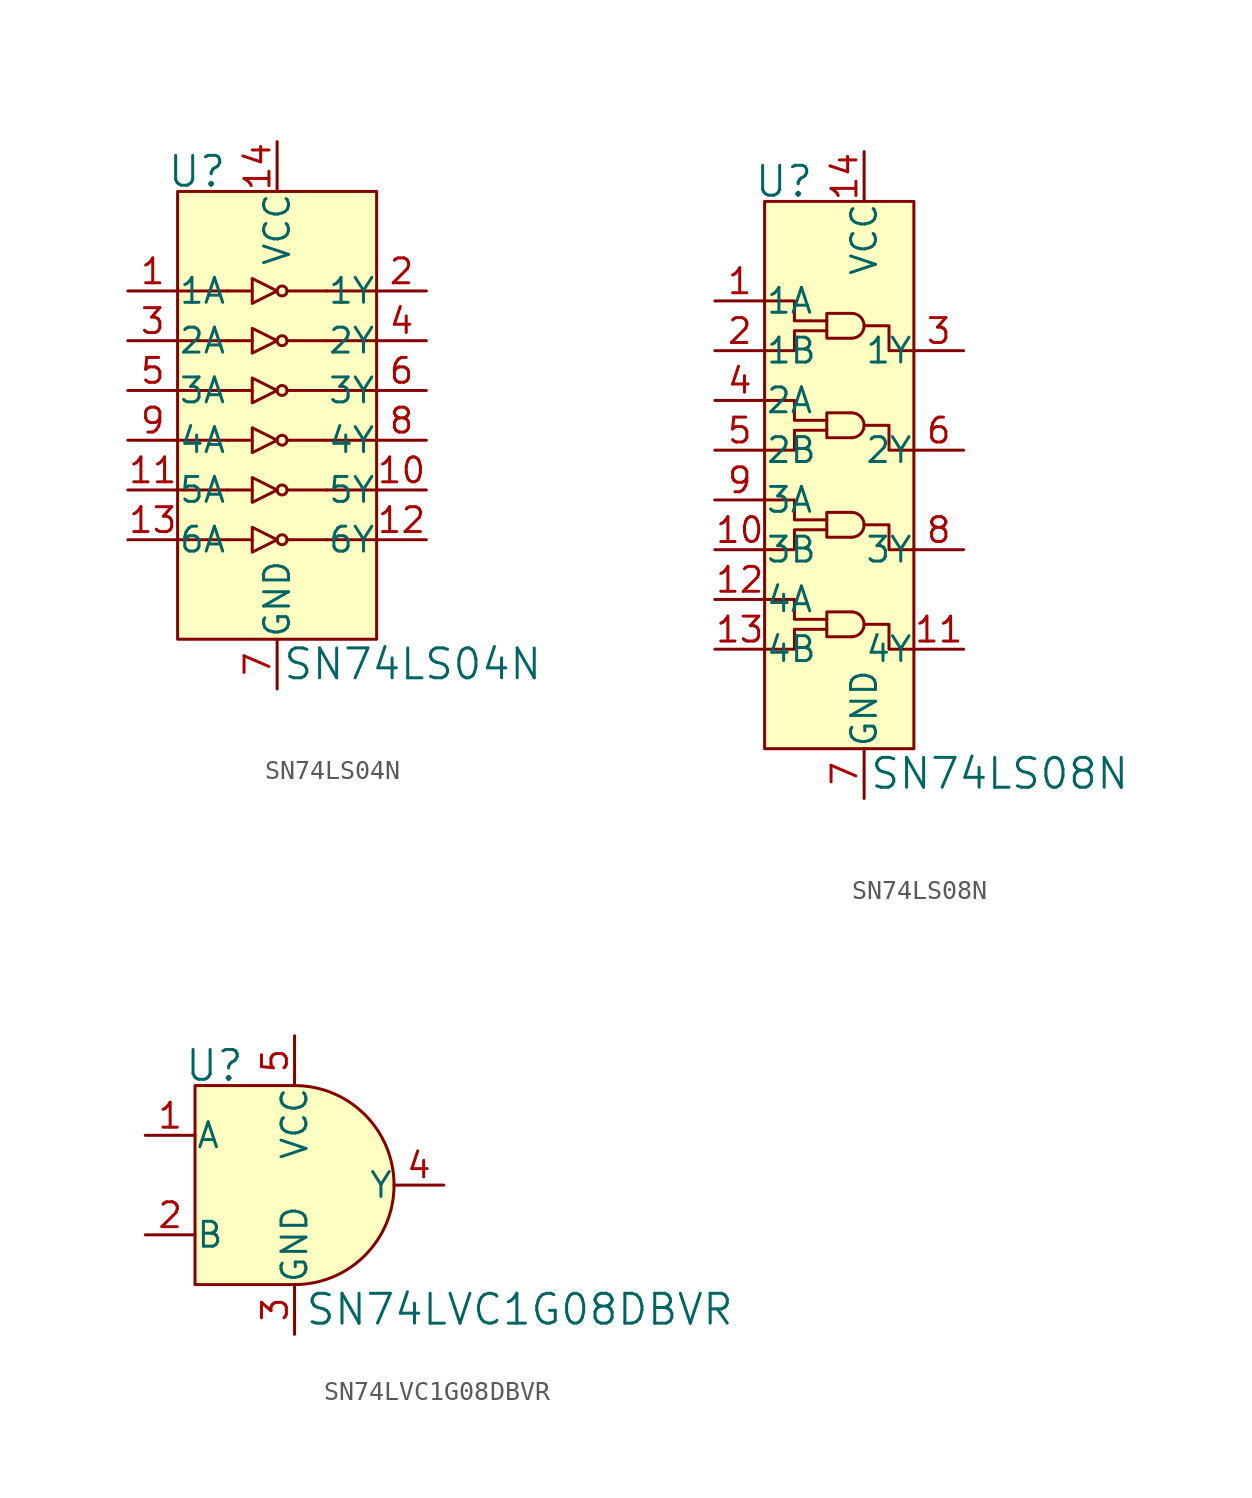
<source format=kicad_sym>
(kicad_symbol_lib
  (version 20220914)
  (generator kicad_symbol_editor)
  (symbol "SN74LS04N"
    (pin_names
      (offset 0.025))
    (property "Reference" "U"
      (at -2.54 13.716 0)
      (effects (font (size 1.524 1.524)) (justify right)))
    (property "Value" "SN74LS04N"
      (at 0.254 -11.43 0)
      (effects (font (size 1.524 1.524)) (justify left)))
    (symbol "SN74LS04N_0_1"
      (rectangle (start -5.08 12.7) (end 5.08 -10.16) (stroke (width 0) (type default)) (fill (type background)))
      (polyline (pts (xy -2.54 -5.08) (xy -5.08 -5.08)) (stroke (width 0) (type default)) (fill (type none)))
      (polyline (pts (xy -2.54 -2.54) (xy -5.08 -2.54)) (stroke (width 0) (type default)) (fill (type none)))
      (polyline (pts (xy -2.54 -2.54) (xy -1.27 -2.54)) (stroke (width 0) (type default)) (fill (type none)))
      (polyline (pts (xy -2.54 0) (xy -5.08 0)) (stroke (width 0) (type default)) (fill (type none)))
      (polyline (pts (xy -2.54 2.54) (xy -5.08 2.54)) (stroke (width 0) (type default)) (fill (type none)))
      (polyline (pts (xy -2.54 2.54) (xy -1.27 2.54)) (stroke (width 0) (type default)) (fill (type none)))
      (polyline (pts (xy -2.54 5.08) (xy -5.08 5.08)) (stroke (width 0) (type default)) (fill (type none)))
      (polyline (pts (xy -2.54 7.62) (xy -5.08 7.62)) (stroke (width 0) (type default)) (fill (type none)))
      (polyline (pts (xy -1.27 -5.08) (xy -2.54 -5.08)) (stroke (width 0) (type default)) (fill (type none)))
      (polyline (pts (xy -1.27 0) (xy -2.54 0)) (stroke (width 0) (type default)) (fill (type none)))
      (polyline (pts (xy -1.27 5.08) (xy -2.54 5.08)) (stroke (width 0) (type default)) (fill (type none)))
      (polyline (pts (xy -1.27 7.62) (xy -2.54 7.62)) (stroke (width 0) (type default)) (fill (type none)))
      (polyline (pts (xy 0.508 -5.08) (xy 2.54 -5.08)) (stroke (width 0) (type default)) (fill (type none)))
      (polyline (pts (xy 0.508 0) (xy 2.54 0)) (stroke (width 0) (type default)) (fill (type none)))
      (polyline (pts (xy 0.508 2.54) (xy 2.54 2.54)) (stroke (width 0) (type default)) (fill (type none)))
      (polyline (pts (xy 0.508 5.08) (xy 2.54 5.08)) (stroke (width 0) (type default)) (fill (type none)))
      (polyline (pts (xy 2.54 -2.54) (xy 0.508 -2.54)) (stroke (width 0) (type default)) (fill (type none)))
      (polyline (pts (xy 2.54 7.62) (xy 0.508 7.62)) (stroke (width 0) (type default)) (fill (type none)))
      (polyline (pts (xy 5.08 -5.08) (xy 2.54 -5.08)) (stroke (width 0) (type default)) (fill (type none)))
      (polyline (pts (xy 5.08 -2.54) (xy 2.54 -2.54)) (stroke (width 0) (type default)) (fill (type none)))
      (polyline (pts (xy 5.08 0) (xy 2.54 0)) (stroke (width 0) (type default)) (fill (type none)))
      (polyline (pts (xy 5.08 2.54) (xy 2.54 2.54)) (stroke (width 0) (type default)) (fill (type none)))
      (polyline (pts (xy 5.08 5.08) (xy 2.54 5.08)) (stroke (width 0) (type default)) (fill (type none)))
      (polyline (pts (xy 5.08 7.62) (xy 2.54 7.62)) (stroke (width 0) (type default)) (fill (type none)))
      (polyline (pts (xy -1.27 -4.445) (xy -1.27 -5.715) (xy 0 -5.08) (xy -1.27 -4.445)) (stroke (width 0) (type default)) (fill (type none)))
      (polyline (pts (xy -1.27 -1.905) (xy -1.27 -3.175) (xy 0 -2.54) (xy -1.27 -1.905)) (stroke (width 0) (type default)) (fill (type none)))
      (polyline (pts (xy -1.27 0.635) (xy -1.27 -0.635) (xy 0 0) (xy -1.27 0.635)) (stroke (width 0) (type default)) (fill (type none)))
      (polyline (pts (xy -1.27 3.175) (xy -1.27 1.905) (xy 0 2.54) (xy -1.27 3.175)) (stroke (width 0) (type default)) (fill (type none)))
      (polyline (pts (xy -1.27 5.715) (xy -1.27 4.445) (xy 0 5.08) (xy -1.27 5.715)) (stroke (width 0) (type default)) (fill (type none)))
      (polyline (pts (xy -1.27 8.255) (xy -1.27 6.985) (xy 0 7.62) (xy -1.27 8.255)) (stroke (width 0) (type default)) (fill (type none)))
      (circle (center 0.254 -5.08) (radius 0.254) (stroke (width 0) (type default)) (fill (type none)))
      (circle (center 0.254 -2.54) (radius 0.254) (stroke (width 0) (type default)) (fill (type none)))
      (circle (center 0.254 0) (radius 0.254) (stroke (width 0) (type default)) (fill (type none)))
      (circle (center 0.254 2.54) (radius 0.254) (stroke (width 0) (type default)) (fill (type none)))
      (circle (center 0.254 5.08) (radius 0.254) (stroke (width 0) (type default)) (fill (type none)))
      (circle (center 0.254 7.62) (radius 0.254) (stroke (width 0) (type default)) (fill (type none))))
    (symbol "SN74LS04N_1_1"
      (pin input line (at -7.62 7.62 0) (length 2.54) (name "1A" (effects (font (size 1.27 1.27)))) (number "1" (effects (font (size 1.27 1.27)))))
      (pin output line (at 7.62 -2.54 180) (length 2.54) (name "5Y" (effects (font (size 1.27 1.27)))) (number "10" (effects (font (size 1.27 1.27)))))
      (pin input line (at -7.62 -2.54 0) (length 2.54) (name "5A" (effects (font (size 1.27 1.27)))) (number "11" (effects (font (size 1.27 1.27)))))
      (pin output line (at 7.62 -5.08 180) (length 2.54) (name "6Y" (effects (font (size 1.27 1.27)))) (number "12" (effects (font (size 1.27 1.27)))))
      (pin input line (at -7.62 -5.08 0) (length 2.54) (name "6A" (effects (font (size 1.27 1.27)))) (number "13" (effects (font (size 1.27 1.27)))))
      (pin power_in line (at 0 15.24 270) (length 2.54) (name "VCC" (effects (font (size 1.27 1.27)))) (number "14" (effects (font (size 1.27 1.27)))))
      (pin output line (at 7.62 7.62 180) (length 2.54) (name "1Y" (effects (font (size 1.27 1.27)))) (number "2" (effects (font (size 1.27 1.27)))))
      (pin input line (at -7.62 5.08 0) (length 2.54) (name "2A" (effects (font (size 1.27 1.27)))) (number "3" (effects (font (size 1.27 1.27)))))
      (pin output line (at 7.62 5.08 180) (length 2.54) (name "2Y" (effects (font (size 1.27 1.27)))) (number "4" (effects (font (size 1.27 1.27)))))
      (pin input line (at -7.62 2.54 0) (length 2.54) (name "3A" (effects (font (size 1.27 1.27)))) (number "5" (effects (font (size 1.27 1.27)))))
      (pin output line (at 7.62 2.54 180) (length 2.54) (name "3Y" (effects (font (size 1.27 1.27)))) (number "6" (effects (font (size 1.27 1.27)))))
      (pin power_in line (at 0 -12.7 90) (length 2.54) (name "GND" (effects (font (size 1.27 1.27)))) (number "7" (effects (font (size 1.27 1.27)))))
      (pin output line (at 7.62 0 180) (length 2.54) (name "4Y" (effects (font (size 1.27 1.27)))) (number "8" (effects (font (size 1.27 1.27)))))
      (pin input line (at -7.62 0 0) (length 2.54) (name "4A" (effects (font (size 1.27 1.27)))) (number "9" (effects (font (size 1.27 1.27)))))))
  (symbol "SN74LS08N"
    (pin_names
      (offset 0.025))
    (property "Reference" "U"
      (at -2.54 8.636 0)
      (effects (font (size 1.524 1.524)) (justify right)))
    (property "Value" "SN74LS08N"
      (at 0.254 -21.59 0)
      (effects (font (size 1.524 1.524)) (justify left)))
    (symbol "SN74LS08N_0_1"
      (rectangle (start -5.08 7.62) (end 2.54 -20.32) (stroke (width 0) (type default)) (fill (type background)))
      (arc (start -0.635 -14.605) (mid -0.0027 -13.97) (end -0.635 -13.335) (stroke (width 0) (type default)) (fill (type none)))
      (arc (start -0.635 -9.525) (mid -0.0027 -8.89) (end -0.635 -8.255) (stroke (width 0) (type default)) (fill (type none)))
      (arc (start -0.635 -4.445) (mid -0.0027 -3.81) (end -0.635 -3.175) (stroke (width 0) (type default)) (fill (type none)))
      (arc (start -0.635 0.635) (mid -0.0027 1.27) (end -0.635 1.905) (stroke (width 0) (type default)) (fill (type none)))
      (polyline (pts (xy -5.08 -15.24) (xy -3.556 -15.24) (xy -3.556 -14.224) (xy -1.905 -14.224)) (stroke (width 0) (type default)) (fill (type none)))
      (polyline (pts (xy -5.08 -10.16) (xy -3.556 -10.16) (xy -3.556 -9.144) (xy -1.905 -9.144)) (stroke (width 0) (type default)) (fill (type none)))
      (polyline (pts (xy -5.08 -5.08) (xy -3.556 -5.08) (xy -3.556 -4.064) (xy -1.905 -4.064)) (stroke (width 0) (type default)) (fill (type none)))
      (polyline (pts (xy -5.08 0) (xy -3.556 0) (xy -3.556 1.016) (xy -1.905 1.016)) (stroke (width 0) (type default)) (fill (type none)))
      (polyline (pts (xy -1.905 -13.716) (xy -3.556 -13.716) (xy -3.556 -12.7) (xy -5.08 -12.7)) (stroke (width 0) (type default)) (fill (type none)))
      (polyline (pts (xy -1.905 -8.636) (xy -3.556 -8.636) (xy -3.556 -7.62) (xy -5.08 -7.62)) (stroke (width 0) (type default)) (fill (type none)))
      (polyline (pts (xy -1.905 -3.556) (xy -3.556 -3.556) (xy -3.556 -2.54) (xy -5.08 -2.54)) (stroke (width 0) (type default)) (fill (type none)))
      (polyline (pts (xy -1.905 1.524) (xy -3.556 1.524) (xy -3.556 2.54) (xy -5.08 2.54)) (stroke (width 0) (type default)) (fill (type none)))
      (polyline (pts (xy -0.635 -13.335) (xy -1.905 -13.335) (xy -1.905 -14.605) (xy -0.635 -14.605)) (stroke (width 0) (type default)) (fill (type none)))
      (polyline (pts (xy -0.635 -8.255) (xy -1.905 -8.255) (xy -1.905 -9.525) (xy -0.635 -9.525)) (stroke (width 0) (type default)) (fill (type none)))
      (polyline (pts (xy -0.635 -3.175) (xy -1.905 -3.175) (xy -1.905 -4.445) (xy -0.635 -4.445)) (stroke (width 0) (type default)) (fill (type none)))
      (polyline (pts (xy -0.635 1.905) (xy -1.905 1.905) (xy -1.905 0.635) (xy -0.635 0.635)) (stroke (width 0) (type default)) (fill (type none)))
      (polyline (pts (xy 2.54 -15.24) (xy 1.27 -15.24) (xy 1.27 -13.97) (xy 0 -13.97)) (stroke (width 0) (type default)) (fill (type none)))
      (polyline (pts (xy 2.54 -10.16) (xy 1.27 -10.16) (xy 1.27 -8.89) (xy 0 -8.89)) (stroke (width 0) (type default)) (fill (type none)))
      (polyline (pts (xy 2.54 -5.08) (xy 1.27 -5.08) (xy 1.27 -3.81) (xy 0 -3.81)) (stroke (width 0) (type default)) (fill (type none)))
      (polyline (pts (xy 2.54 0) (xy 1.27 0) (xy 1.27 1.27) (xy 0 1.27)) (stroke (width 0) (type default)) (fill (type none))))
    (symbol "SN74LS08N_1_1"
      (pin input line (at -7.62 2.54 0) (length 2.54) (name "1A" (effects (font (size 1.27 1.27)))) (number "1" (effects (font (size 1.27 1.27)))))
      (pin input line (at -7.62 -10.16 0) (length 2.54) (name "3B" (effects (font (size 1.27 1.27)))) (number "10" (effects (font (size 1.27 1.27)))))
      (pin output line (at 5.08 -15.24 180) (length 2.54) (name "4Y" (effects (font (size 1.27 1.27)))) (number "11" (effects (font (size 1.27 1.27)))))
      (pin input line (at -7.62 -12.7 0) (length 2.54) (name "4A" (effects (font (size 1.27 1.27)))) (number "12" (effects (font (size 1.27 1.27)))))
      (pin input line (at -7.62 -15.24 0) (length 2.54) (name "4B" (effects (font (size 1.27 1.27)))) (number "13" (effects (font (size 1.27 1.27)))))
      (pin power_in line (at 0 10.16 270) (length 2.54) (name "VCC" (effects (font (size 1.27 1.27)))) (number "14" (effects (font (size 1.27 1.27)))))
      (pin input line (at -7.62 0 0) (length 2.54) (name "1B" (effects (font (size 1.27 1.27)))) (number "2" (effects (font (size 1.27 1.27)))))
      (pin output line (at 5.08 0 180) (length 2.54) (name "1Y" (effects (font (size 1.27 1.27)))) (number "3" (effects (font (size 1.27 1.27)))))
      (pin input line (at -7.62 -2.54 0) (length 2.54) (name "2A" (effects (font (size 1.27 1.27)))) (number "4" (effects (font (size 1.27 1.27)))))
      (pin input line (at -7.62 -5.08 0) (length 2.54) (name "2B" (effects (font (size 1.27 1.27)))) (number "5" (effects (font (size 1.27 1.27)))))
      (pin output line (at 5.08 -5.08 180) (length 2.54) (name "2Y" (effects (font (size 1.27 1.27)))) (number "6" (effects (font (size 1.27 1.27)))))
      (pin power_in line (at 0 -22.86 90) (length 2.54) (name "GND" (effects (font (size 1.27 1.27)))) (number "7" (effects (font (size 1.27 1.27)))))
      (pin output line (at 5.08 -10.16 180) (length 2.54) (name "3Y" (effects (font (size 1.27 1.27)))) (number "8" (effects (font (size 1.27 1.27)))))
      (pin input line (at -7.62 -7.62 0) (length 2.54) (name "3A" (effects (font (size 1.27 1.27)))) (number "9" (effects (font (size 1.27 1.27)))))))
  (symbol "SN74LVC1G08DBVR"
    (pin_names
      (offset 0.025))
    (property "Reference" "U"
      (at -2.54 6.096 0)
      (effects (font (size 1.524 1.524)) (justify right)))
    (property "Value" "SN74LVC1G08DBVR"
      (at 0.508 -6.35 0)
      (effects (font (size 1.524 1.524)) (justify left)))
    (symbol "SN74LVC1G08DBVR_1_1"
      (arc (start 0 -5.08) (mid 5.0579 0) (end 0 5.08) (stroke (width 0) (type default)) (fill (type background)))
      (polyline (pts (xy 0 5.08) (xy -5.08 5.08) (xy -5.08 -5.08) (xy 0 -5.08)) (stroke (width 0) (type default)) (fill (type background)))
      (pin input line (at -7.62 2.54 0) (length 2.54) (name "A" (effects (font (size 1.27 1.27)))) (number "1" (effects (font (size 1.27 1.27)))))
      (pin input line (at -7.62 -2.54 0) (length 2.54) (name "B" (effects (font (size 1.27 1.27)))) (number "2" (effects (font (size 1.27 1.27)))))
      (pin power_in line (at 0 -7.62 90) (length 2.54) (name "GND" (effects (font (size 1.27 1.27)))) (number "3" (effects (font (size 1.27 1.27)))))
      (pin output line (at 7.62 0 180) (length 2.54) (name "Y" (effects (font (size 1.27 1.27)))) (number "4" (effects (font (size 1.27 1.27)))))
      (pin power_in line (at 0 7.62 270) (length 2.54) (name "VCC" (effects (font (size 1.27 1.27)))) (number "5" (effects (font (size 1.27 1.27))))))))
</source>
